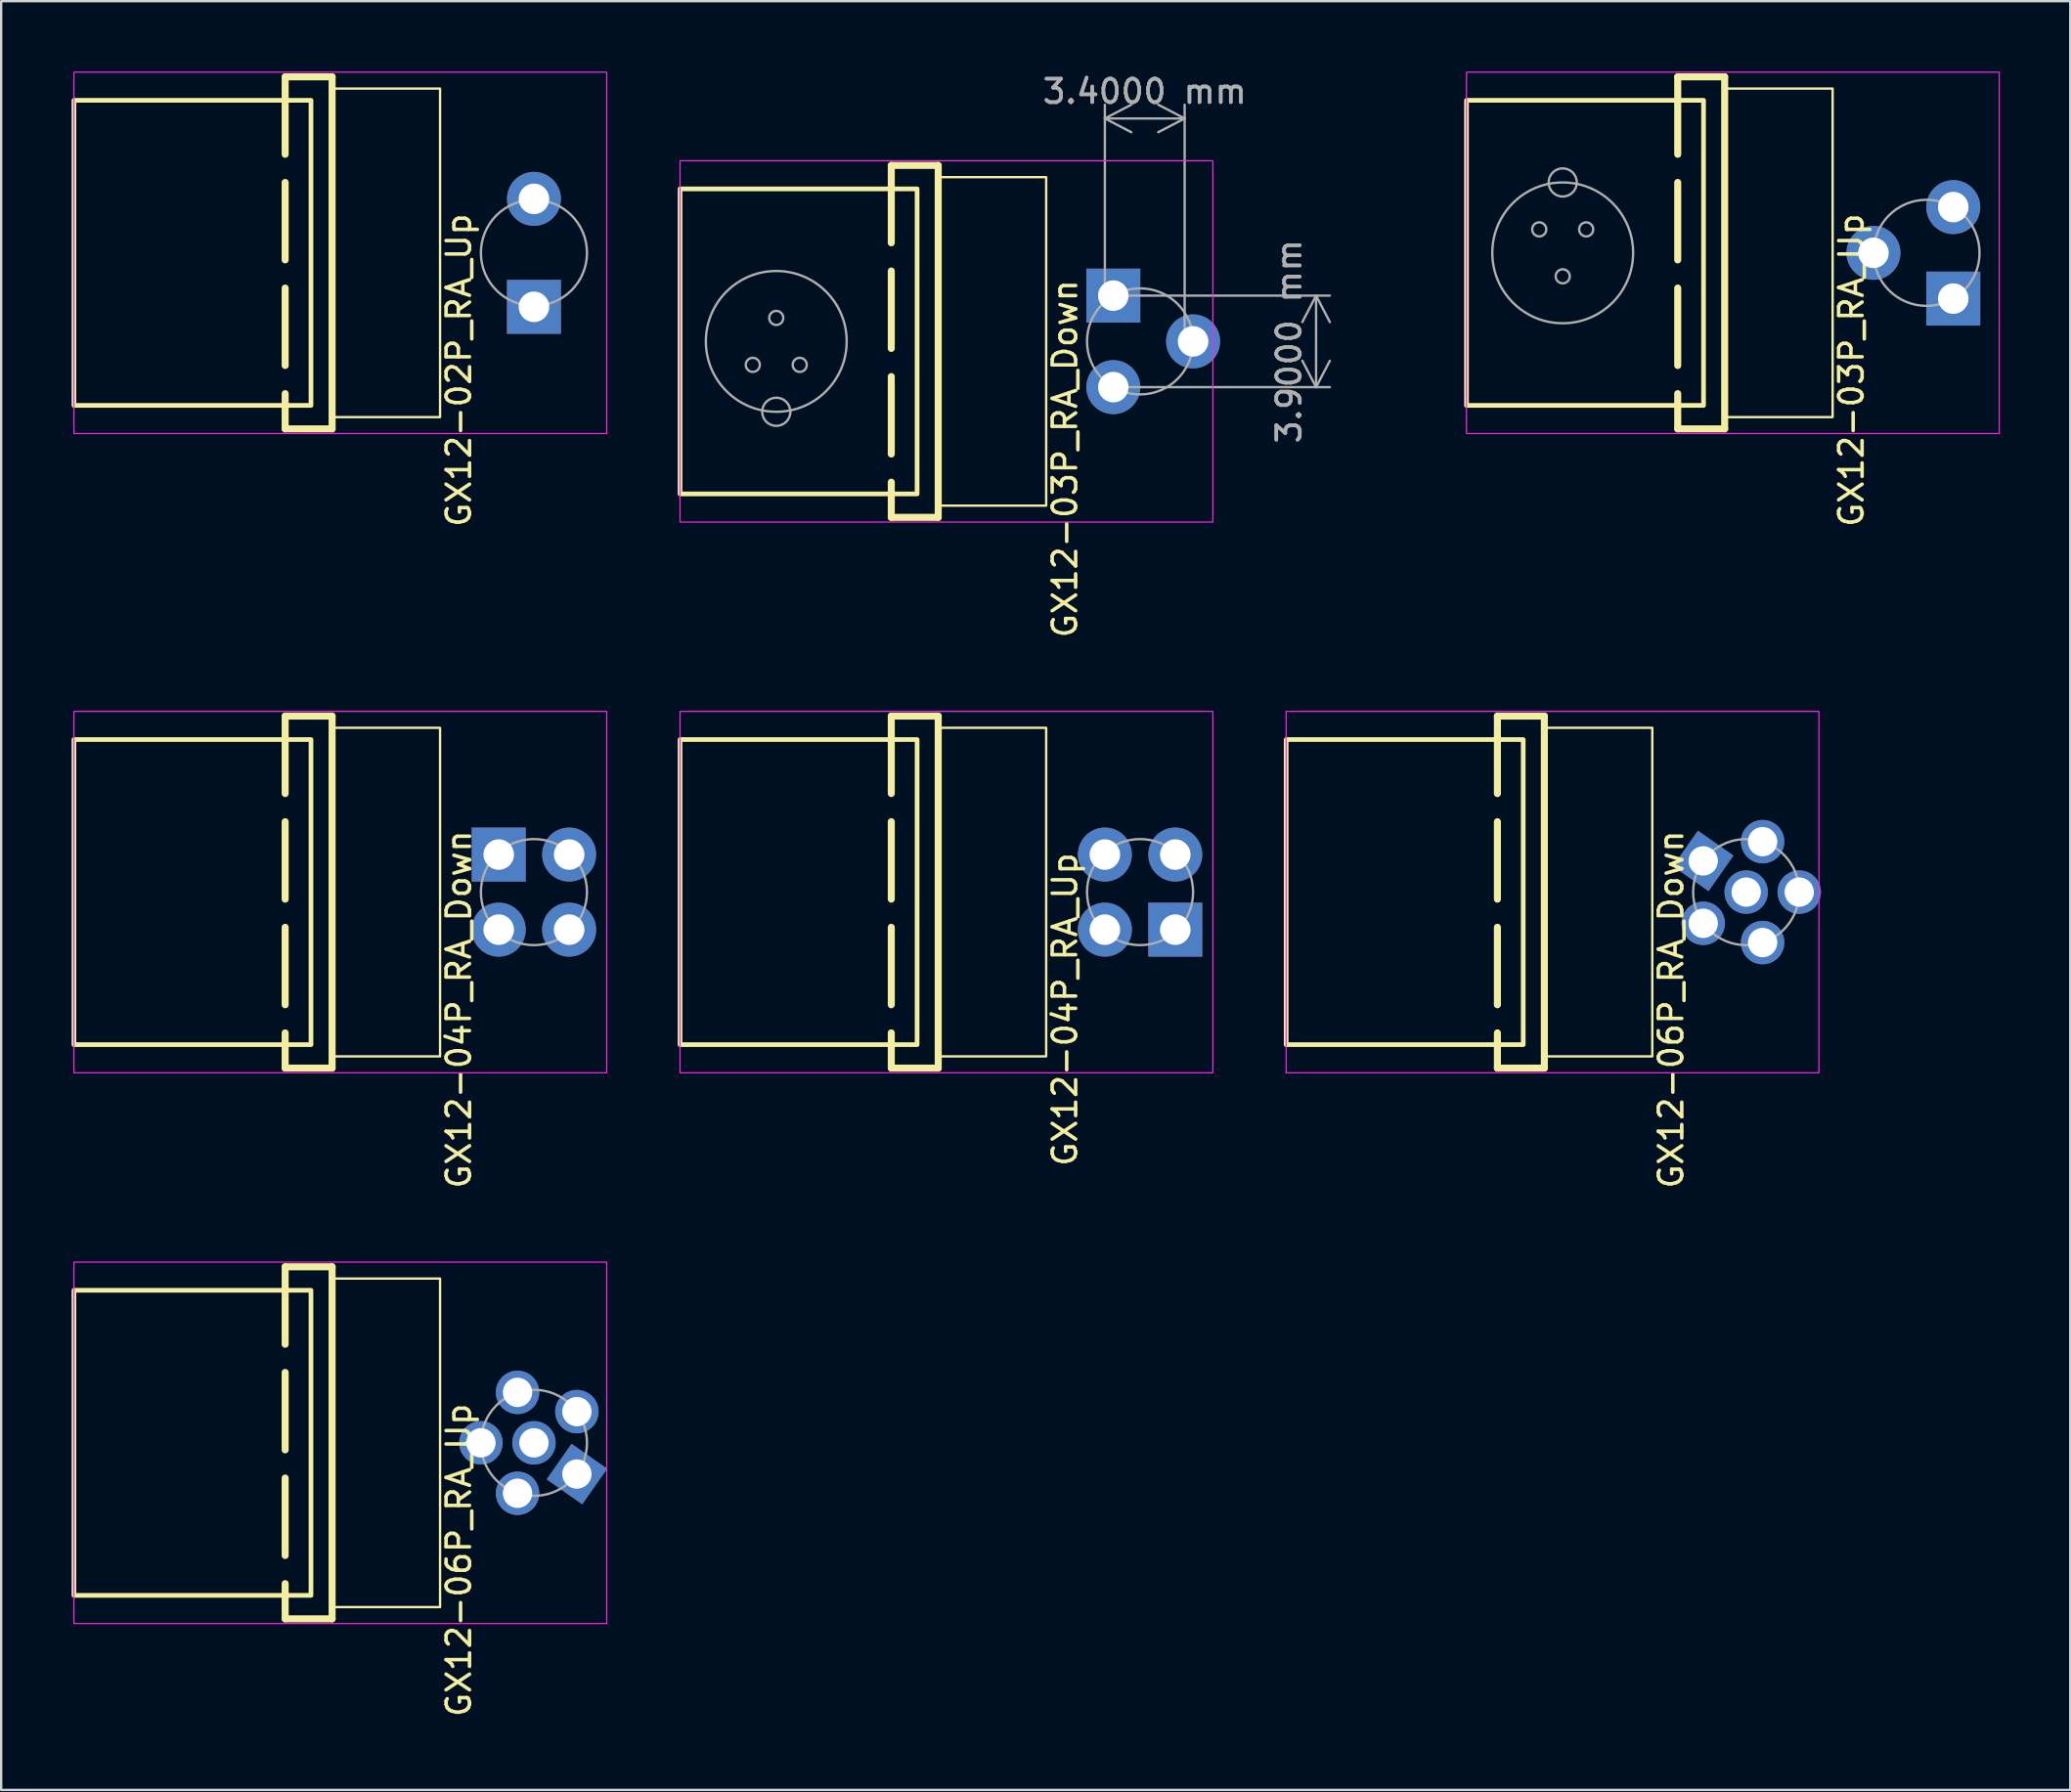
<source format=kicad_pcb>
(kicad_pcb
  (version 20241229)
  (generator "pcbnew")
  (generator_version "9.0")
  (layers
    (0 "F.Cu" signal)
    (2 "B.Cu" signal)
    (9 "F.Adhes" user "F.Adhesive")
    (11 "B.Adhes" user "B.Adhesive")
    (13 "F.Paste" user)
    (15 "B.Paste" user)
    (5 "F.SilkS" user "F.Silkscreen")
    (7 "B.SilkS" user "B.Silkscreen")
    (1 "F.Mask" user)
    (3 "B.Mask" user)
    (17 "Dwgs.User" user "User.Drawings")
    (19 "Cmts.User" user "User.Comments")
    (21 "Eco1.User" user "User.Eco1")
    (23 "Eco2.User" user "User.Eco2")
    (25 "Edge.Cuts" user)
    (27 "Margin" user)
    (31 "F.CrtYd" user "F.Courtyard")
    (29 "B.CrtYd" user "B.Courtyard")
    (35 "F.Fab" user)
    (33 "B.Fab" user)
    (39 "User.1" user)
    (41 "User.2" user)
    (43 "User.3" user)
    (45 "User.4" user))
  (footprint "GX12-02P_RA_Up"
    (layer "F.Cu")
    (at 18.2 7.725)
    (property "Reference" "GX12-02P_RA_Up" (at -1.7 5 90) (layer "F.SilkS") (effects (font (size 1 1) (thickness 0.15))))
    (attr through_hole)
    (fp_line (start -9.1 -7.5) (end -9.1 7.5) (stroke (width 0.3) (type dash)) (layer "F.SilkS"))
    (fp_line (start -9.1 -7.5) (end -7.1 -7.5) (stroke (width 0.3) (type default)) (layer "F.SilkS"))
    (fp_line (start -7.1 -7.5) (end -7.1 7.5) (stroke (width 0.3) (type default)) (layer "F.SilkS"))
    (fp_line (start -7.1 7.5) (end -9.1 7.5) (stroke (width 0.3) (type default)) (layer "F.SilkS"))
    (fp_rect (start -18.1 -6.5) (end -8 6.5) (stroke (width 0.2) (type default)) (fill no) (layer "F.SilkS"))
    (fp_rect (start -7.1 -7) (end -2.5 7) (stroke (width 0.1) (type default)) (fill no) (layer "F.SilkS"))
    (fp_rect (start -18.1 -7.7) (end 4.6 7.7) (stroke (width 0.05) (type default)) (fill no) (layer "F.CrtYd"))
    (fp_circle (center 1.5 0) (end 3.76 0) (stroke (width 0.1) (type default)) (fill no) (layer "F.Fab"))
    (pad "1" thru_hole rect (at 1.5 2.3) (size 2.3 2.3) (drill 1.3) (layers "*.Cu" "*.Mask"))
    (pad "2" thru_hole circle (at 1.5 -2.3) (size 2.3 2.3) (drill 1.3) (layers "*.Cu" "*.Mask")))
  (footprint "GX12-04P_RA_Down"
    (layer "F.Cu")
    (at 18.2 34.967)
    (property "Reference" "GX12-04P_RA_Down" (at -1.7 5 90) (layer "F.SilkS") (effects (font (size 1 1) (thickness 0.15))))
    (attr through_hole)
    (fp_line (start -9.1 -7.5) (end -9.1 7.5) (stroke (width 0.3) (type dash)) (layer "F.SilkS"))
    (fp_line (start -9.1 -7.5) (end -7.1 -7.5) (stroke (width 0.3) (type default)) (layer "F.SilkS"))
    (fp_line (start -7.1 -7.5) (end -7.1 7.5) (stroke (width 0.3) (type default)) (layer "F.SilkS"))
    (fp_line (start -7.1 7.5) (end -9.1 7.5) (stroke (width 0.3) (type default)) (layer "F.SilkS"))
    (fp_rect (start -18.1 -6.5) (end -8 6.5) (stroke (width 0.2) (type default)) (fill no) (layer "F.SilkS"))
    (fp_rect (start -7.1 -7) (end -2.5 7) (stroke (width 0.1) (type default)) (fill no) (layer "F.SilkS"))
    (fp_rect (start -18.1 -7.7) (end 4.6 7.7) (stroke (width 0.05) (type default)) (fill no) (layer "F.CrtYd"))
    (fp_circle (center 1.5 0) (end 3.76 0) (stroke (width 0.1) (type default)) (fill no) (layer "F.Fab"))
    (pad "1" thru_hole rect (at 0 -1.6) (size 2.3 2.3) (drill 1.3) (layers "*.Cu" "*.Mask"))
    (pad "2" thru_hole circle (at 3 -1.6) (size 2.3 2.3) (drill 1.3) (layers "*.Cu" "*.Mask"))
    (pad "3" thru_hole circle (at 3 1.6) (size 2.3 2.3) (drill 1.3) (layers "*.Cu" "*.Mask"))
    (pad "4" thru_hole circle (at 0 1.6) (size 2.3 2.3) (drill 1.3) (layers "*.Cu" "*.Mask")))
  (footprint "GX12-06P_RA_Down"
    (layer "F.Cu")
    (at 69.85 34.967)
    (property "Reference" "GX12-06P_RA_Down" (at -1.7 5 90) (layer "F.SilkS") (effects (font (size 1 1) (thickness 0.15))))
    (attr through_hole)
    (fp_line (start -9.1 -7.5) (end -9.1 7.5) (stroke (width 0.3) (type dash)) (layer "F.SilkS"))
    (fp_line (start -9.1 -7.5) (end -7.1 -7.5) (stroke (width 0.3) (type default)) (layer "F.SilkS"))
    (fp_line (start -7.1 -7.5) (end -7.1 7.5) (stroke (width 0.3) (type default)) (layer "F.SilkS"))
    (fp_line (start -7.1 7.5) (end -9.1 7.5) (stroke (width 0.3) (type default)) (layer "F.SilkS"))
    (fp_rect (start -18.1 -6.5) (end -8 6.5) (stroke (width 0.2) (type default)) (fill no) (layer "F.SilkS"))
    (fp_rect (start -7.1 -7) (end -2.5 7) (stroke (width 0.1) (type default)) (fill no) (layer "F.SilkS"))
    (fp_rect (start -18.1 -7.7) (end 4.6 7.7) (stroke (width 0.05) (type default)) (fill no) (layer "F.CrtYd"))
    (fp_circle (center 1.5 0) (end 3.76 0) (stroke (width 0.1) (type default)) (fill no) (layer "F.Fab"))
    (pad "1" thru_hole rect (at -0.33 -1.33 55) (size 1.85 1.85) (drill 1.25) (layers "*.Cu" "*.Mask"))
    (pad "2" thru_hole circle (at 2.2 -2.15) (size 1.85 1.85) (drill 1.25) (layers "*.Cu" "*.Mask"))
    (pad "3" thru_hole circle (at 3.76 0) (size 1.85 1.85) (drill 1.25) (layers "*.Cu" "*.Mask"))
    (pad "4" thru_hole circle (at 2.2 2.15) (size 1.85 1.85) (drill 1.25) (layers "*.Cu" "*.Mask"))
    (pad "5" thru_hole circle (at -0.33 1.33) (size 1.85 1.85) (drill 1.25) (layers "*.Cu" "*.Mask"))
    (pad "6" thru_hole circle (at 1.5 0) (size 1.85 1.85) (drill 1.25) (layers "*.Cu" "*.Mask")))
  (footprint "GX12-04P_RA_Up"
    (layer "F.Cu")
    (at 44.025 34.967)
    (property "Reference" "GX12-04P_RA_Up" (at -1.7 5 90) (layer "F.SilkS") (effects (font (size 1 1) (thickness 0.15))))
    (attr through_hole)
    (fp_line (start -9.1 -7.5) (end -9.1 7.5) (stroke (width 0.3) (type dash)) (layer "F.SilkS"))
    (fp_line (start -9.1 -7.5) (end -7.1 -7.5) (stroke (width 0.3) (type default)) (layer "F.SilkS"))
    (fp_line (start -7.1 -7.5) (end -7.1 7.5) (stroke (width 0.3) (type default)) (layer "F.SilkS"))
    (fp_line (start -7.1 7.5) (end -9.1 7.5) (stroke (width 0.3) (type default)) (layer "F.SilkS"))
    (fp_rect (start -18.1 -6.5) (end -8 6.5) (stroke (width 0.2) (type default)) (fill no) (layer "F.SilkS"))
    (fp_rect (start -7.1 -7) (end -2.5 7) (stroke (width 0.1) (type default)) (fill no) (layer "F.SilkS"))
    (fp_rect (start -18.1 -7.7) (end 4.6 7.7) (stroke (width 0.05) (type default)) (fill no) (layer "F.CrtYd"))
    (fp_circle (center 1.5 0) (end 3.76 0) (stroke (width 0.1) (type default)) (fill no) (layer "F.Fab"))
    (pad "1" thru_hole rect (at 3 1.6) (size 2.3 2.3) (drill 1.3) (layers "*.Cu" "*.Mask"))
    (pad "2" thru_hole circle (at 0 1.6) (size 2.3 2.3) (drill 1.3) (layers "*.Cu" "*.Mask"))
    (pad "3" thru_hole circle (at 0 -1.6) (size 2.3 2.3) (drill 1.3) (layers "*.Cu" "*.Mask"))
    (pad "4" thru_hole circle (at 3 -1.6) (size 2.3 2.3) (drill 1.3) (layers "*.Cu" "*.Mask")))
  (footprint "GX12-03P_RA_Down"
    (layer "F.Cu")
    (at 44.025 11.498)
    (property "Reference" "GX12-03P_RA_Down" (at -1.7 5 90) (layer "F.SilkS") (effects (font (size 1 1) (thickness 0.15))))
    (attr through_hole)
    (fp_line (start -9.1 -7.5) (end -9.1 7.5) (stroke (width 0.3) (type dash)) (layer "F.SilkS"))
    (fp_line (start -9.1 -7.5) (end -7.1 -7.5) (stroke (width 0.3) (type default)) (layer "F.SilkS"))
    (fp_line (start -7.1 -7.5) (end -7.1 7.5) (stroke (width 0.3) (type default)) (layer "F.SilkS"))
    (fp_line (start -7.1 7.5) (end -9.1 7.5) (stroke (width 0.3) (type default)) (layer "F.SilkS"))
    (fp_rect (start -18.1 -6.5) (end -8 6.5) (stroke (width 0.2) (type default)) (fill no) (layer "F.SilkS"))
    (fp_rect (start -7.1 -7) (end -2.5 7) (stroke (width 0.1) (type default)) (fill no) (layer "F.SilkS"))
    (fp_rect (start -18.1 -7.7) (end 4.6 7.7) (stroke (width 0.05) (type default)) (fill no) (layer "F.CrtYd"))
    (fp_circle (center -15 1) (end -15 1.3) (stroke (width 0.1) (type default)) (fill no) (layer "F.Fab"))
    (fp_circle (center -14 -1) (end -14 -0.7) (stroke (width 0.1) (type default)) (fill no) (layer "F.Fab"))
    (fp_circle (center -14 0) (end -14 3) (stroke (width 0.1) (type default)) (fill no) (layer "F.Fab"))
    (fp_circle (center -14 3) (end -14 2.4) (stroke (width 0.1) (type default)) (fill no) (layer "F.Fab"))
    (fp_circle (center -13 1) (end -13 1.3) (stroke (width 0.1) (type default)) (fill no) (layer "F.Fab"))
    (fp_circle (center 1.5 0) (end 3.76 0) (stroke (width 0.1) (type default)) (fill no) (layer "F.Fab"))
    (dimension (type orthogonal) (layer "F.Fab") (pts (xy 44.025 9.548) (xy 44.025 13.448)) (height 9) (orientation 1) (format (prefix "") (suffix "") (units 3) (units_format 1) (precision 4)) (style (thickness 0.1) (arrow_length 1.27) (text_position_mode 0) (arrow_direction outward) (extension_height 0.586) (extension_offset 0.5) (keep_text_aligned yes)) (gr_text "3.9000 mm" (at 51.875 11.498 90) (layer "F.Fab") (effects (font (size 1 1) (thickness 0.15)))))
    (dimension (type orthogonal) (layer "F.Fab") (pts (xy 44.025 9.548) (xy 47.425 11.498)) (height -7.55) (orientation 0) (format (prefix "") (suffix "") (units 3) (units_format 1) (precision 4)) (style (thickness 0.1) (arrow_length 1.27) (text_position_mode 0) (arrow_direction outward) (extension_height 0.586) (extension_offset 0.5) (keep_text_aligned yes)) (gr_text "3.4000 mm" (at 45.725 0.848 0) (layer "F.Fab") (effects (font (size 1 1) (thickness 0.15)))))
    (pad "1" thru_hole rect (at 0.36 -1.95) (size 2.3 2.3) (drill 1.3) (layers "*.Cu" "*.Mask"))
    (pad "2" thru_hole circle (at 3.76 0) (size 2.3 2.3) (drill 1.3) (layers "*.Cu" "*.Mask"))
    (pad "3" thru_hole circle (at 0.36 1.95) (size 2.3 2.3) (drill 1.3) (layers "*.Cu" "*.Mask")))
  (footprint "GX12-03P_RA_Up"
    (layer "F.Cu")
    (at 77.533 7.725)
    (property "Reference" "GX12-03P_RA_Up" (at -1.7 5 90) (layer "F.SilkS") (effects (font (size 1 1) (thickness 0.15))))
    (attr through_hole)
    (fp_line (start -9.1 -7.5) (end -9.1 7.5) (stroke (width 0.3) (type dash)) (layer "F.SilkS"))
    (fp_line (start -9.1 -7.5) (end -7.1 -7.5) (stroke (width 0.3) (type default)) (layer "F.SilkS"))
    (fp_line (start -7.1 -7.5) (end -7.1 7.5) (stroke (width 0.3) (type default)) (layer "F.SilkS"))
    (fp_line (start -7.1 7.5) (end -9.1 7.5) (stroke (width 0.3) (type default)) (layer "F.SilkS"))
    (fp_rect (start -18.1 -6.5) (end -8 6.5) (stroke (width 0.2) (type default)) (fill no) (layer "F.SilkS"))
    (fp_rect (start -7.1 -7) (end -2.5 7) (stroke (width 0.1) (type default)) (fill no) (layer "F.SilkS"))
    (fp_rect (start -18.1 -7.7) (end 4.6 7.7) (stroke (width 0.05) (type default)) (fill no) (layer "F.CrtYd"))
    (fp_circle (center -15 -1) (end -15 -1.3) (stroke (width 0.1) (type default)) (fill no) (layer "F.Fab"))
    (fp_circle (center -14 -3) (end -14 -2.4) (stroke (width 0.1) (type default)) (fill no) (layer "F.Fab"))
    (fp_circle (center -14 0) (end -14 -3) (stroke (width 0.1) (type default)) (fill no) (layer "F.Fab"))
    (fp_circle (center -14 1) (end -14 0.7) (stroke (width 0.1) (type default)) (fill no) (layer "F.Fab"))
    (fp_circle (center -13 -1) (end -13 -1.3) (stroke (width 0.1) (type default)) (fill no) (layer "F.Fab"))
    (fp_circle (center 1.5 0) (end 3.76 0) (stroke (width 0.1) (type default)) (fill no) (layer "F.Fab"))
    (pad "1" thru_hole rect (at 2.64 1.95) (size 2.3 2.3) (drill 1.3) (layers "*.Cu" "*.Mask"))
    (pad "2" thru_hole circle (at -0.76 0) (size 2.3 2.3) (drill 1.3) (layers "*.Cu" "*.Mask"))
    (pad "3" thru_hole circle (at 2.64 -1.95) (size 2.3 2.3) (drill 1.3) (layers "*.Cu" "*.Mask")))
  (footprint "GX12-06P_RA_Up"
    (layer "F.Cu")
    (at 18.2 58.436)
    (property "Reference" "GX12-06P_RA_Up" (at -1.7 5 90) (layer "F.SilkS") (effects (font (size 1 1) (thickness 0.15))))
    (attr through_hole)
    (fp_line (start -9.1 -7.5) (end -9.1 7.5) (stroke (width 0.3) (type dash)) (layer "F.SilkS"))
    (fp_line (start -9.1 -7.5) (end -7.1 -7.5) (stroke (width 0.3) (type default)) (layer "F.SilkS"))
    (fp_line (start -7.1 -7.5) (end -7.1 7.5) (stroke (width 0.3) (type default)) (layer "F.SilkS"))
    (fp_line (start -7.1 7.5) (end -9.1 7.5) (stroke (width 0.3) (type default)) (layer "F.SilkS"))
    (fp_rect (start -18.1 -6.5) (end -8 6.5) (stroke (width 0.2) (type default)) (fill no) (layer "F.SilkS"))
    (fp_rect (start -7.1 -7) (end -2.5 7) (stroke (width 0.1) (type default)) (fill no) (layer "F.SilkS"))
    (fp_rect (start -18.1 -7.7) (end 4.6 7.7) (stroke (width 0.05) (type default)) (fill no) (layer "F.CrtYd"))
    (fp_circle (center 1.5 0) (end 3.76 0) (stroke (width 0.1) (type default)) (fill no) (layer "F.Fab"))
    (pad "1" thru_hole rect (at 3.33 1.33 55) (size 1.85 1.85) (drill 1.25) (layers "*.Cu" "*.Mask"))
    (pad "2" thru_hole circle (at 0.8 2.15) (size 1.85 1.85) (drill 1.25) (layers "*.Cu" "*.Mask"))
    (pad "3" thru_hole circle (at -0.76 0) (size 1.85 1.85) (drill 1.25) (layers "*.Cu" "*.Mask"))
    (pad "4" thru_hole circle (at 0.8 -2.15) (size 1.85 1.85) (drill 1.25) (layers "*.Cu" "*.Mask"))
    (pad "5" thru_hole circle (at 3.33 -1.33) (size 1.85 1.85) (drill 1.25) (layers "*.Cu" "*.Mask"))
    (pad "6" thru_hole circle (at 1.5 0) (size 1.85 1.85) (drill 1.25) (layers "*.Cu" "*.Mask")))
  (gr_rect
    (start -3 -3)
    (end 85.158 73.228)
    (stroke (width 0.1) (type default))
    (fill no)
    (layer "Edge.Cuts")))
</source>
